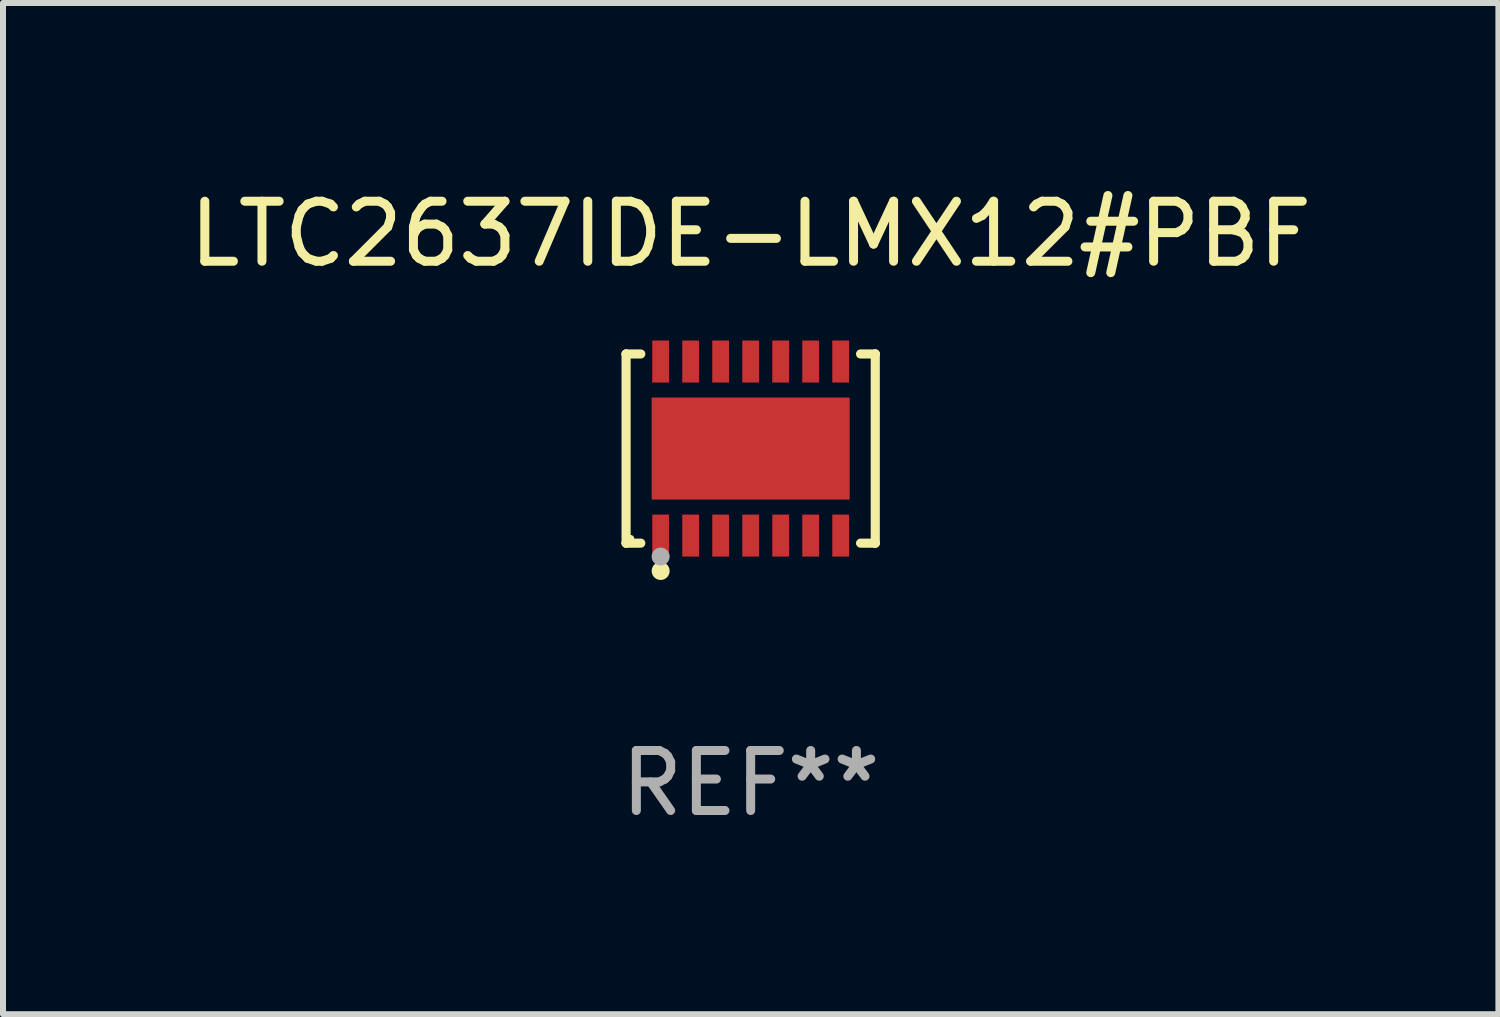
<source format=kicad_pcb>
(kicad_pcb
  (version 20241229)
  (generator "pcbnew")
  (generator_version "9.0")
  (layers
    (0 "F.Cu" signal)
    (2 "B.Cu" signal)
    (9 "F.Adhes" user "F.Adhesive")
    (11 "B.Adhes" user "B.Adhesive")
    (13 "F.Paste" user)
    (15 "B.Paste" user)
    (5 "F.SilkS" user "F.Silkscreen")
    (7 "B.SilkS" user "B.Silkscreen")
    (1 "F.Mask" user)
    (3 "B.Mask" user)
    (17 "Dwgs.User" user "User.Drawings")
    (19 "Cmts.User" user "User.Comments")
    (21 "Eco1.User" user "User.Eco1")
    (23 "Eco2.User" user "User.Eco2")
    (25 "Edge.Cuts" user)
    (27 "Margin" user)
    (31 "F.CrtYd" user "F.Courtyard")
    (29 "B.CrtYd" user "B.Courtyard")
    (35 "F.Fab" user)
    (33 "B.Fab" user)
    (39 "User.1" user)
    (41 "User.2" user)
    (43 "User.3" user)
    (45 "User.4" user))
  (footprint "LTC2637IDE-LMX12#PBF"
    (layer "F.Cu")
    (at 9.458 4.424)
    (property "Reference" "LTC2637IDE-LMX12#PBF" (at 0 -3.576 0) (layer "F.SilkS") (effects (font (size 1 1) (thickness 0.15))))
    (attr through_hole)
    (fp_line (start -2.076 -1.576) (end -2.076 -1.576) (stroke (width 0.152) (type solid)) (layer "F.SilkS"))
    (fp_line (start -2.076 -1.576) (end -1.831 -1.576) (stroke (width 0.152) (type solid)) (layer "F.SilkS"))
    (fp_line (start -2.076 1.576) (end -2.076 -1.576) (stroke (width 0.152) (type solid)) (layer "F.SilkS"))
    (fp_line (start -2.076 1.576) (end -2.076 1.576) (stroke (width 0.152) (type solid)) (layer "F.SilkS"))
    (fp_line (start -1.831 1.576) (end -2.076 1.576) (stroke (width 0.152) (type solid)) (layer "F.SilkS"))
    (fp_line (start 1.831 1.576) (end 2.076 1.576) (stroke (width 0.152) (type solid)) (layer "F.SilkS"))
    (fp_line (start 2.076 -1.576) (end 1.831 -1.576) (stroke (width 0.152) (type solid)) (layer "F.SilkS"))
    (fp_line (start 2.076 -1.576) (end 2.076 -1.576) (stroke (width 0.152) (type solid)) (layer "F.SilkS"))
    (fp_line (start 2.076 1.576) (end 2.076 -1.576) (stroke (width 0.152) (type solid)) (layer "F.SilkS"))
    (fp_line (start 2.076 1.576) (end 2.076 1.576) (stroke (width 0.152) (type solid)) (layer "F.SilkS"))
    (fp_circle (center -2 1.5) (end -1.97 1.5) (stroke (width 0.06) (type solid)) (fill no) (layer "F.SilkS"))
    (fp_circle (center -1.5 2.04) (end -1.425 2.04) (stroke (width 0.15) (type solid)) (fill no) (layer "F.SilkS"))
    (fp_circle (center -1.5 1.8) (end -1.425 1.8) (stroke (width 0.15) (type solid)) (fill no) (layer "F.Fab"))
    (fp_text user "REF**" (at 0 5.576 0) (layer "F.Fab") (effects (font (size 1 1) (thickness 0.15))))
    (pad "1" smd rect (at -1.5 1.45) (size 0.28 0.7) (layers "F.Cu" "F.Mask" "F.Paste"))
    (pad "2" smd rect (at -1 1.45) (size 0.28 0.7) (layers "F.Cu" "F.Mask" "F.Paste"))
    (pad "3" smd rect (at -0.5 1.45) (size 0.28 0.7) (layers "F.Cu" "F.Mask" "F.Paste"))
    (pad "4" smd rect (at 0 1.45) (size 0.28 0.7) (layers "F.Cu" "F.Mask" "F.Paste"))
    (pad "5" smd rect (at 0.5 1.45) (size 0.28 0.7) (layers "F.Cu" "F.Mask" "F.Paste"))
    (pad "6" smd rect (at 1 1.45) (size 0.28 0.7) (layers "F.Cu" "F.Mask" "F.Paste"))
    (pad "7" smd rect (at 1.5 1.45) (size 0.28 0.7) (layers "F.Cu" "F.Mask" "F.Paste"))
    (pad "8" smd rect (at 1.5 -1.45) (size 0.28 0.7) (layers "F.Cu" "F.Mask" "F.Paste"))
    (pad "9" smd rect (at 1 -1.45) (size 0.28 0.7) (layers "F.Cu" "F.Mask" "F.Paste"))
    (pad "10" smd rect (at 0.5 -1.45) (size 0.28 0.7) (layers "F.Cu" "F.Mask" "F.Paste"))
    (pad "11" smd rect (at 0 -1.45) (size 0.28 0.7) (layers "F.Cu" "F.Mask" "F.Paste"))
    (pad "12" smd rect (at -0.5 -1.45) (size 0.28 0.7) (layers "F.Cu" "F.Mask" "F.Paste"))
    (pad "13" smd rect (at -1 -1.45) (size 0.28 0.7) (layers "F.Cu" "F.Mask" "F.Paste"))
    (pad "14" smd rect (at -1.5 -1.45) (size 0.28 0.7) (layers "F.Cu" "F.Mask" "F.Paste"))
    (pad "15" smd rect (at 0 0) (size 3.3 1.7) (layers "F.Cu" "F.Mask" "F.Paste")))
  (gr_rect
    (start -3 -3)
    (end 21.917 13.849)
    (stroke (width 0.1) (type default))
    (fill no)
    (layer "Edge.Cuts")))
</source>
